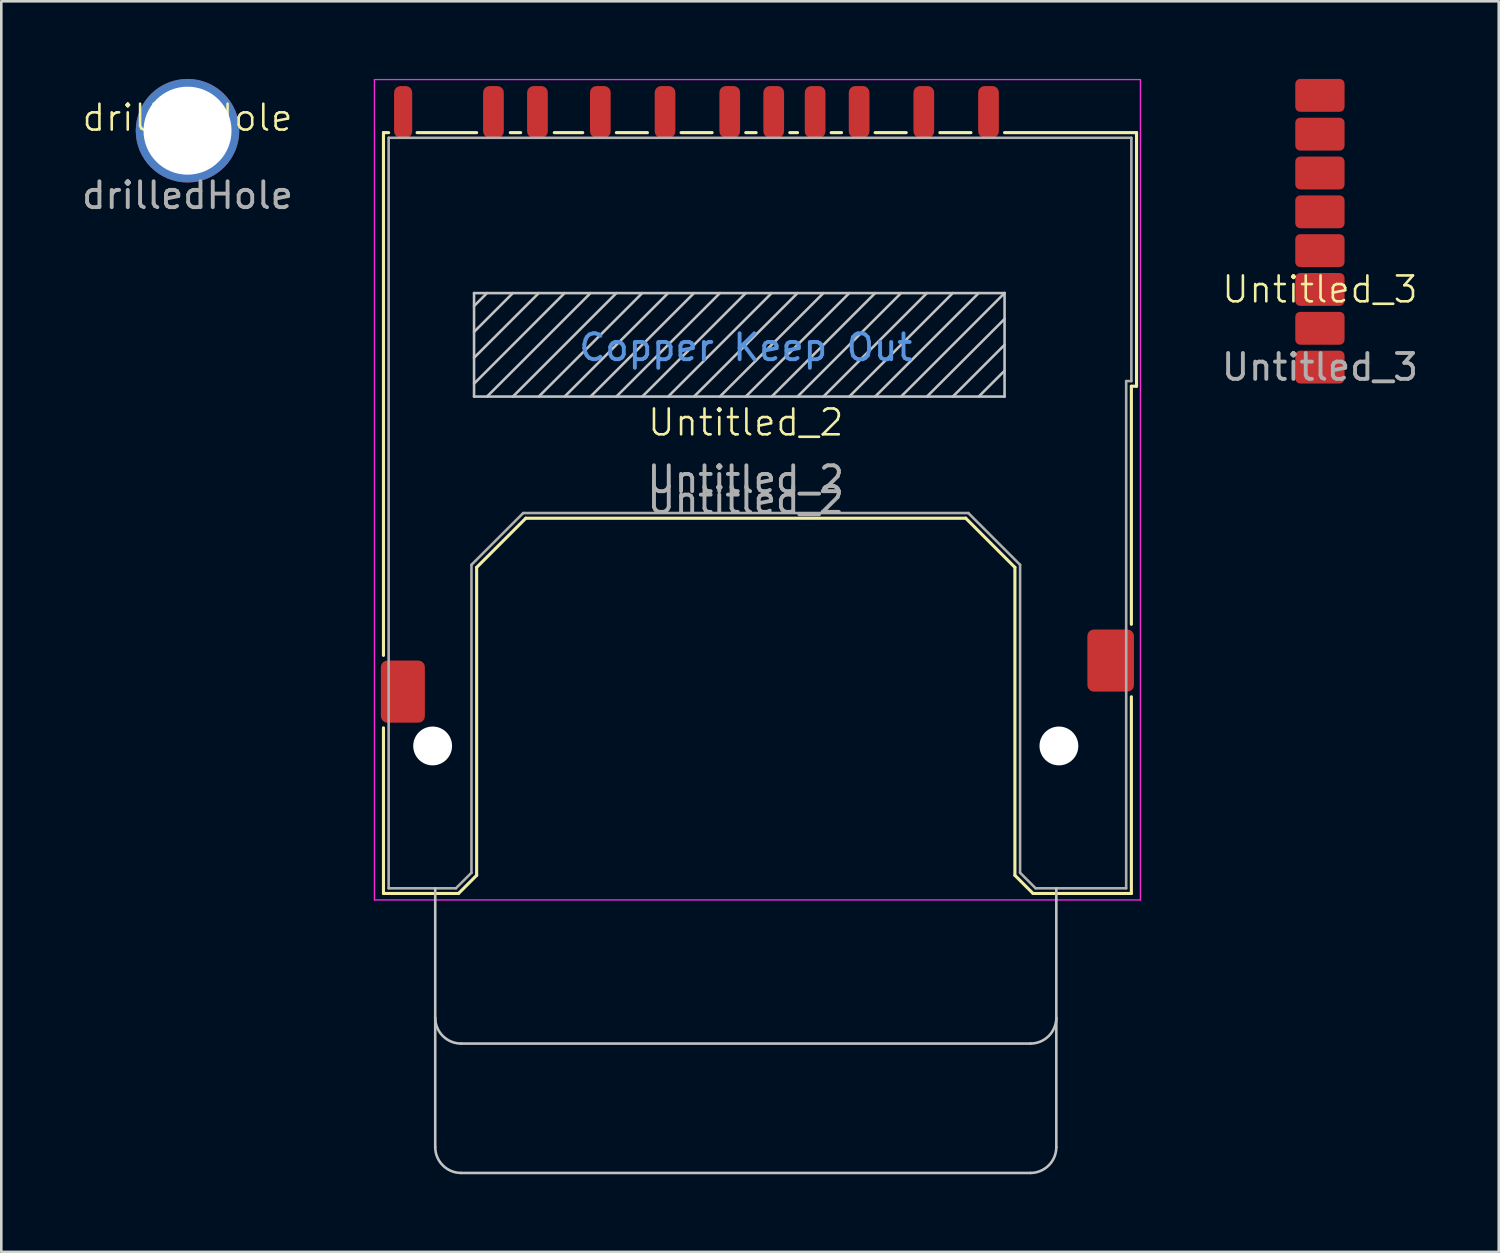
<source format=kicad_pcb>
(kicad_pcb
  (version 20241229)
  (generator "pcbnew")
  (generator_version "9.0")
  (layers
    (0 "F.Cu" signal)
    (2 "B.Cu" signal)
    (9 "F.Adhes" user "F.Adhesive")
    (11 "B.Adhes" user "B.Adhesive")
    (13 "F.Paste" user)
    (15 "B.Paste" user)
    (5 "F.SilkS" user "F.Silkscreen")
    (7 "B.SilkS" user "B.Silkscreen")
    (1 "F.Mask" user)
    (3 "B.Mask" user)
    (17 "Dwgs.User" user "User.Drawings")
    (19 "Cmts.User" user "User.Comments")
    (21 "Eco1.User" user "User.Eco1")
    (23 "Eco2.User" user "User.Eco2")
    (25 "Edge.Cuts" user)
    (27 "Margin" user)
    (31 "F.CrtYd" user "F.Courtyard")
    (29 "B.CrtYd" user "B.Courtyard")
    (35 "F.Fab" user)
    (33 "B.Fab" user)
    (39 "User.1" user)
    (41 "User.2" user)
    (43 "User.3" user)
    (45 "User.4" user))
  (footprint "drilledHole"
    (layer "F.Cu")
    (at 4.196 2)
    (property "Reference" "drilledHole" (at 0 -0.5 0) (unlocked yes) (layer "F.SilkS") (effects (font (size 1 1) (thickness 0.1))))
    (attr smd)
    (fp_text user "${REFERENCE}" (at 0 2.5 0) (unlocked yes) (layer "F.Fab") (effects (font (size 1 1) (thickness 0.15))))
    (pad "1" thru_hole circle (at 0 0) (size 4 4) (drill 3.4) (layers "*.Cu" "*.Mask")))
  (footprint "Untitled_3"
    (layer "F.Cu")
    (at 47.954 8.635)
    (property "Reference" "Untitled_3" (at 0 -0.5 0) (unlocked yes) (layer "F.SilkS") (effects (font (size 1 1) (thickness 0.1))))
    (attr smd)
    (fp_text user "${REFERENCE}" (at 0 2.5 0) (unlocked yes) (layer "F.Fab") (effects (font (size 1 1) (thickness 0.15))))
    (pad "1" smd roundrect (at 0 -8) (size 1.905 1.27) (layers "F.Cu" "F.Mask" "F.Paste") (roundrect_rratio 0.15))
    (pad "2" smd roundrect (at 0 -6.5) (size 1.905 1.27) (layers "F.Cu" "F.Mask" "F.Paste") (roundrect_rratio 0.15))
    (pad "3" smd roundrect (at 0 -5) (size 1.905 1.27) (layers "F.Cu" "F.Mask" "F.Paste") (roundrect_rratio 0.15))
    (pad "4" smd roundrect (at 0 -3.5) (size 1.905 1.27) (layers "F.Cu" "F.Mask" "F.Paste") (roundrect_rratio 0.15))
    (pad "5" smd roundrect (at 0 -2) (size 1.905 1.27) (layers "F.Cu" "F.Mask" "F.Paste") (roundrect_rratio 0.15))
    (pad "6" smd roundrect (at 0 -0.5) (size 1.905 1.27) (layers "F.Cu" "F.Mask" "F.Paste") (roundrect_rratio 0.15))
    (pad "7" smd roundrect (at 0 1) (size 1.905 1.27) (layers "F.Cu" "F.Mask" "F.Paste") (roundrect_rratio 0.15))
    (pad "8" smd roundrect (at 0 2.5) (size 1.905 1.27) (layers "F.Cu" "F.Mask" "F.Paste") (roundrect_rratio 0.15)))
  (footprint "Untitled_2"
    (layer "F.Cu")
    (at 25.768 13.775)
    (property "Reference" "Untitled_2" (at 0 -0.5 0) (unlocked yes) (layer "F.SilkS") (effects (font (size 1 1) (thickness 0.1))))
    (attr smd)
    (fp_line (start -14 -11.7) (end -14 8.5) (stroke (width 0.12) (type solid)) (layer "F.SilkS"))
    (fp_line (start -14 11.3) (end -14 17.7) (stroke (width 0.12) (type solid)) (layer "F.SilkS"))
    (fp_line (start -14 17.7) (end -11.1 17.7) (stroke (width 0.12) (type solid)) (layer "F.SilkS"))
    (fp_line (start -13.8 -11.7) (end -14 -11.7) (stroke (width 0.12) (type solid)) (layer "F.SilkS"))
    (fp_line (start -10.4 -11.7) (end -12.7 -11.7) (stroke (width 0.12) (type solid)) (layer "F.SilkS"))
    (fp_line (start -10.4 17) (end -11.1 17.7) (stroke (width 0.12) (type solid)) (layer "F.SilkS"))
    (fp_line (start -10.4 17) (end -10.4 5.1) (stroke (width 0.12) (type solid)) (layer "F.SilkS"))
    (fp_line (start -8.7 -11.7) (end -9.1 -11.7) (stroke (width 0.12) (type solid)) (layer "F.SilkS"))
    (fp_line (start -8.5 3.2) (end -10.4 5.1) (stroke (width 0.12) (type solid)) (layer "F.SilkS"))
    (fp_line (start -8.5 3.2) (end 8.5 3.2) (stroke (width 0.12) (type solid)) (layer "F.SilkS"))
    (fp_line (start -6.3 -11.7) (end -7.4 -11.7) (stroke (width 0.12) (type solid)) (layer "F.SilkS"))
    (fp_line (start -3.8 -11.7) (end -5 -11.7) (stroke (width 0.12) (type solid)) (layer "F.SilkS"))
    (fp_line (start -1.3 -11.7) (end -2.5 -11.7) (stroke (width 0.12) (type solid)) (layer "F.SilkS"))
    (fp_line (start 0.4 -11.7) (end 0 -11.7) (stroke (width 0.12) (type solid)) (layer "F.SilkS"))
    (fp_line (start 2 -11.7) (end 1.7 -11.7) (stroke (width 0.12) (type solid)) (layer "F.SilkS"))
    (fp_line (start 3.7 -11.7) (end 3.3 -11.7) (stroke (width 0.12) (type solid)) (layer "F.SilkS"))
    (fp_line (start 6.2 -11.7) (end 5 -11.7) (stroke (width 0.12) (type solid)) (layer "F.SilkS"))
    (fp_line (start 8.5 3.2) (end 10.4 5.1) (stroke (width 0.12) (type solid)) (layer "F.SilkS"))
    (fp_line (start 8.7 -11.7) (end 7.5 -11.7) (stroke (width 0.12) (type solid)) (layer "F.SilkS"))
    (fp_line (start 10.4 17) (end 10.4 5.1) (stroke (width 0.12) (type solid)) (layer "F.SilkS"))
    (fp_line (start 10.4 17) (end 11.1 17.7) (stroke (width 0.12) (type solid)) (layer "F.SilkS"))
    (fp_line (start 14.9 -1.9) (end 14.9 7.3) (stroke (width 0.12) (type solid)) (layer "F.SilkS"))
    (fp_line (start 14.9 -1.9) (end 15.1 -1.9) (stroke (width 0.12) (type solid)) (layer "F.SilkS"))
    (fp_line (start 14.9 10.1) (end 14.9 17.7) (stroke (width 0.12) (type solid)) (layer "F.SilkS"))
    (fp_line (start 14.9 17.7) (end 11.1 17.7) (stroke (width 0.12) (type solid)) (layer "F.SilkS"))
    (fp_line (start 15.1 -11.7) (end 10 -11.7) (stroke (width 0.12) (type solid)) (layer "F.SilkS"))
    (fp_line (start 15.1 -1.9) (end 15.1 -11.7) (stroke (width 0.12) (type solid)) (layer "F.SilkS"))
    (fp_line (start -12 17.5) (end -12 27.5) (stroke (width 0.1) (type solid)) (layer "Dwgs.User"))
    (fp_line (start -11 23.5) (end 11 23.5) (stroke (width 0.1) (type solid)) (layer "Dwgs.User"))
    (fp_line (start -11 28.5) (end 11 28.5) (stroke (width 0.1) (type solid)) (layer "Dwgs.User"))
    (fp_line (start -10.5 -5.5) (end 10 -5.5) (stroke (width 0.1) (type solid)) (layer "Dwgs.User"))
    (fp_line (start -10.5 -1.5) (end -10.5 -5.5) (stroke (width 0.1) (type solid)) (layer "Dwgs.User"))
    (fp_line (start -10 -5.5) (end -10.5 -5) (stroke (width 0.1) (type solid)) (layer "Dwgs.User"))
    (fp_line (start -9 -5.5) (end -10.5 -4) (stroke (width 0.1) (type solid)) (layer "Dwgs.User"))
    (fp_line (start -8 -5.5) (end -10.5 -3) (stroke (width 0.1) (type solid)) (layer "Dwgs.User"))
    (fp_line (start -7 -5.5) (end -10.5 -2) (stroke (width 0.1) (type solid)) (layer "Dwgs.User"))
    (fp_line (start -6 -5.5) (end -10 -1.5) (stroke (width 0.1) (type solid)) (layer "Dwgs.User"))
    (fp_line (start -5 -5.5) (end -9 -1.5) (stroke (width 0.1) (type solid)) (layer "Dwgs.User"))
    (fp_line (start -4 -5.5) (end -8 -1.5) (stroke (width 0.1) (type solid)) (layer "Dwgs.User"))
    (fp_line (start -3 -5.5) (end -7 -1.5) (stroke (width 0.1) (type solid)) (layer "Dwgs.User"))
    (fp_line (start -2 -5.5) (end -6 -1.5) (stroke (width 0.1) (type solid)) (layer "Dwgs.User"))
    (fp_line (start -1 -5.5) (end -5 -1.5) (stroke (width 0.1) (type solid)) (layer "Dwgs.User"))
    (fp_line (start 0 -5.5) (end -4 -1.5) (stroke (width 0.1) (type solid)) (layer "Dwgs.User"))
    (fp_line (start 1 -5.5) (end -3 -1.5) (stroke (width 0.1) (type solid)) (layer "Dwgs.User"))
    (fp_line (start 2 -5.5) (end -2 -1.5) (stroke (width 0.1) (type solid)) (layer "Dwgs.User"))
    (fp_line (start 3 -5.5) (end -1 -1.5) (stroke (width 0.1) (type solid)) (layer "Dwgs.User"))
    (fp_line (start 4 -5.5) (end 0 -1.5) (stroke (width 0.1) (type solid)) (layer "Dwgs.User"))
    (fp_line (start 5 -5.5) (end 1 -1.5) (stroke (width 0.1) (type solid)) (layer "Dwgs.User"))
    (fp_line (start 6 -5.5) (end 2 -1.5) (stroke (width 0.1) (type solid)) (layer "Dwgs.User"))
    (fp_line (start 7 -5.5) (end 3 -1.5) (stroke (width 0.1) (type solid)) (layer "Dwgs.User"))
    (fp_line (start 8 -5.5) (end 4 -1.5) (stroke (width 0.1) (type solid)) (layer "Dwgs.User"))
    (fp_line (start 9 -5.5) (end 5 -1.5) (stroke (width 0.1) (type solid)) (layer "Dwgs.User"))
    (fp_line (start 10 -5.5) (end 6 -1.5) (stroke (width 0.1) (type solid)) (layer "Dwgs.User"))
    (fp_line (start 10 -5.5) (end 10 -1.5) (stroke (width 0.1) (type solid)) (layer "Dwgs.User"))
    (fp_line (start 10 -4.5) (end 7 -1.5) (stroke (width 0.1) (type solid)) (layer "Dwgs.User"))
    (fp_line (start 10 -3.5) (end 8 -1.5) (stroke (width 0.1) (type solid)) (layer "Dwgs.User"))
    (fp_line (start 10 -2.5) (end 9 -1.5) (stroke (width 0.1) (type solid)) (layer "Dwgs.User"))
    (fp_line (start 10 -1.5) (end -10.5 -1.5) (stroke (width 0.1) (type solid)) (layer "Dwgs.User"))
    (fp_line (start 12 27.5) (end 12 17.5) (stroke (width 0.1) (type solid)) (layer "Dwgs.User"))
    (fp_arc (start -11 23.5) (mid -11.707107 23.207107) (end -12 22.5) (stroke (width 0.1) (type solid)) (layer "Dwgs.User"))
    (fp_arc (start -11 28.5) (mid -11.707107 28.207107) (end -12 27.5) (stroke (width 0.1) (type solid)) (layer "Dwgs.User"))
    (fp_arc (start 12 22.5) (mid 11.707107 23.207107) (end 11 23.5) (stroke (width 0.1) (type solid)) (layer "Dwgs.User"))
    (fp_arc (start 12 27.5) (mid 11.707107 28.207107) (end 11 28.5) (stroke (width 0.1) (type solid)) (layer "Dwgs.User"))
    (fp_line (start -14.35 -13.75) (end 15.25 -13.75) (stroke (width 0.05) (type solid)) (layer "F.CrtYd"))
    (fp_line (start -14.35 17.95) (end -14.35 -13.75) (stroke (width 0.05) (type solid)) (layer "F.CrtYd"))
    (fp_line (start 15.25 -13.75) (end 15.25 17.95) (stroke (width 0.05) (type solid)) (layer "F.CrtYd"))
    (fp_line (start 15.25 17.95) (end -14.35 17.95) (stroke (width 0.05) (type solid)) (layer "F.CrtYd"))
    (fp_line (start -13.8 -11.5) (end -13.8 17.5) (stroke (width 0.1) (type solid)) (layer "F.Fab"))
    (fp_line (start -13.8 17.5) (end -11.2 17.5) (stroke (width 0.1) (type solid)) (layer "F.Fab"))
    (fp_line (start -10.6 16.9) (end -11.2 17.5) (stroke (width 0.1) (type solid)) (layer "F.Fab"))
    (fp_line (start -10.6 16.9) (end -10.6 5) (stroke (width 0.1) (type solid)) (layer "F.Fab"))
    (fp_line (start -8.6 3) (end -10.6 5) (stroke (width 0.1) (type solid)) (layer "F.Fab"))
    (fp_line (start -8.6 3) (end 8.6 3) (stroke (width 0.1) (type solid)) (layer "F.Fab"))
    (fp_line (start 10.6 5) (end 8.6 3) (stroke (width 0.1) (type solid)) (layer "F.Fab"))
    (fp_line (start 10.6 5) (end 10.6 16.9) (stroke (width 0.1) (type solid)) (layer "F.Fab"))
    (fp_line (start 11.2 17.5) (end 10.6 16.9) (stroke (width 0.1) (type solid)) (layer "F.Fab"))
    (fp_line (start 11.2 17.5) (end 14.7 17.5) (stroke (width 0.1) (type solid)) (layer "F.Fab"))
    (fp_line (start 14.7 -2.1) (end 14.9 -2.1) (stroke (width 0.1) (type solid)) (layer "F.Fab"))
    (fp_line (start 14.7 17.5) (end 14.7 -2.1) (stroke (width 0.1) (type solid)) (layer "F.Fab"))
    (fp_line (start 14.9 -11.5) (end -13.8 -11.5) (stroke (width 0.1) (type solid)) (layer "F.Fab"))
    (fp_line (start 14.9 -2.1) (end 14.9 -11.5) (stroke (width 0.1) (type solid)) (layer "F.Fab"))
    (fp_text user "Copper Keep Out" (at 0 -3.4 0) (layer "Cmts.User") (effects (font (size 1 1) (thickness 0.15))))
    (fp_text user "${REFERENCE}" (at 0 1.7 0) (layer "F.Fab") (effects (font (size 1 1) (thickness 0.15))))
    (fp_text user "${REFERENCE}" (at 0 2.5 0) (unlocked yes) (layer "F.Fab") (effects (font (size 1 1) (thickness 0.15))))
    (pad "" np_thru_hole circle (at -12.1 12 180) (size 1.5 1.5) (drill 1.5) (layers "*.Cu" "*.Mask"))
    (pad "" np_thru_hole circle (at 12.1 12 180) (size 1.5 1.5) (drill 1.5) (layers "*.Cu" "*.Mask"))
    (pad "1" smd roundrect (at 6.88 -12.5) (size 0.8 2) (layers "F.Cu" "F.Mask" "F.Paste") (roundrect_rratio 0.313))
    (pad "2" smd roundrect (at 4.38 -12.5) (size 0.8 2) (layers "F.Cu" "F.Mask" "F.Paste") (roundrect_rratio 0.313))
    (pad "3" smd roundrect (at 1.08 -12.5) (size 0.8 2) (layers "F.Cu" "F.Mask" "F.Paste") (roundrect_rratio 0.313))
    (pad "4" smd roundrect (at -0.62 -12.5) (size 0.8 2) (layers "F.Cu" "F.Mask" "F.Paste") (roundrect_rratio 0.313))
    (pad "5" smd roundrect (at -3.12 -12.5) (size 0.8 2) (layers "F.Cu" "F.Mask" "F.Paste") (roundrect_rratio 0.313))
    (pad "6" smd roundrect (at -5.62 -12.5) (size 0.8 2) (layers "F.Cu" "F.Mask" "F.Paste") (roundrect_rratio 0.313))
    (pad "7" smd roundrect (at -8.05 -12.5) (size 0.8 2) (layers "F.Cu" "F.Mask" "F.Paste") (roundrect_rratio 0.313))
    (pad "8" smd roundrect (at -9.75 -12.5) (size 0.8 2) (layers "F.Cu" "F.Mask" "F.Paste") (roundrect_rratio 0.313))
    (pad "9" smd roundrect (at 9.38 -12.5) (size 0.8 2) (layers "F.Cu" "F.Mask" "F.Paste") (roundrect_rratio 0.313))
    (pad "10" smd roundrect (at 2.68 -12.5) (size 0.8 2) (layers "F.Cu" "F.Mask" "F.Paste") (roundrect_rratio 0.313))
    (pad "11" smd roundrect (at -13.24 -12.5) (size 0.7 2) (layers "F.Cu" "F.Mask" "F.Paste") (roundrect_rratio 0.357))
    (pad "12" smd roundrect (at 14.1 8.7) (size 1.8 2.4) (layers "F.Cu" "F.Mask" "F.Paste") (roundrect_rratio 0.139))
    (pad "13" smd roundrect (at -13.25 9.9) (size 1.7 2.4) (layers "F.Cu" "F.Mask" "F.Paste") (roundrect_rratio 0.147)))
  (gr_rect
    (start -3 -3)
    (end 54.864 45.325)
    (stroke (width 0.1) (type default))
    (fill no)
    (layer "Edge.Cuts")))
</source>
